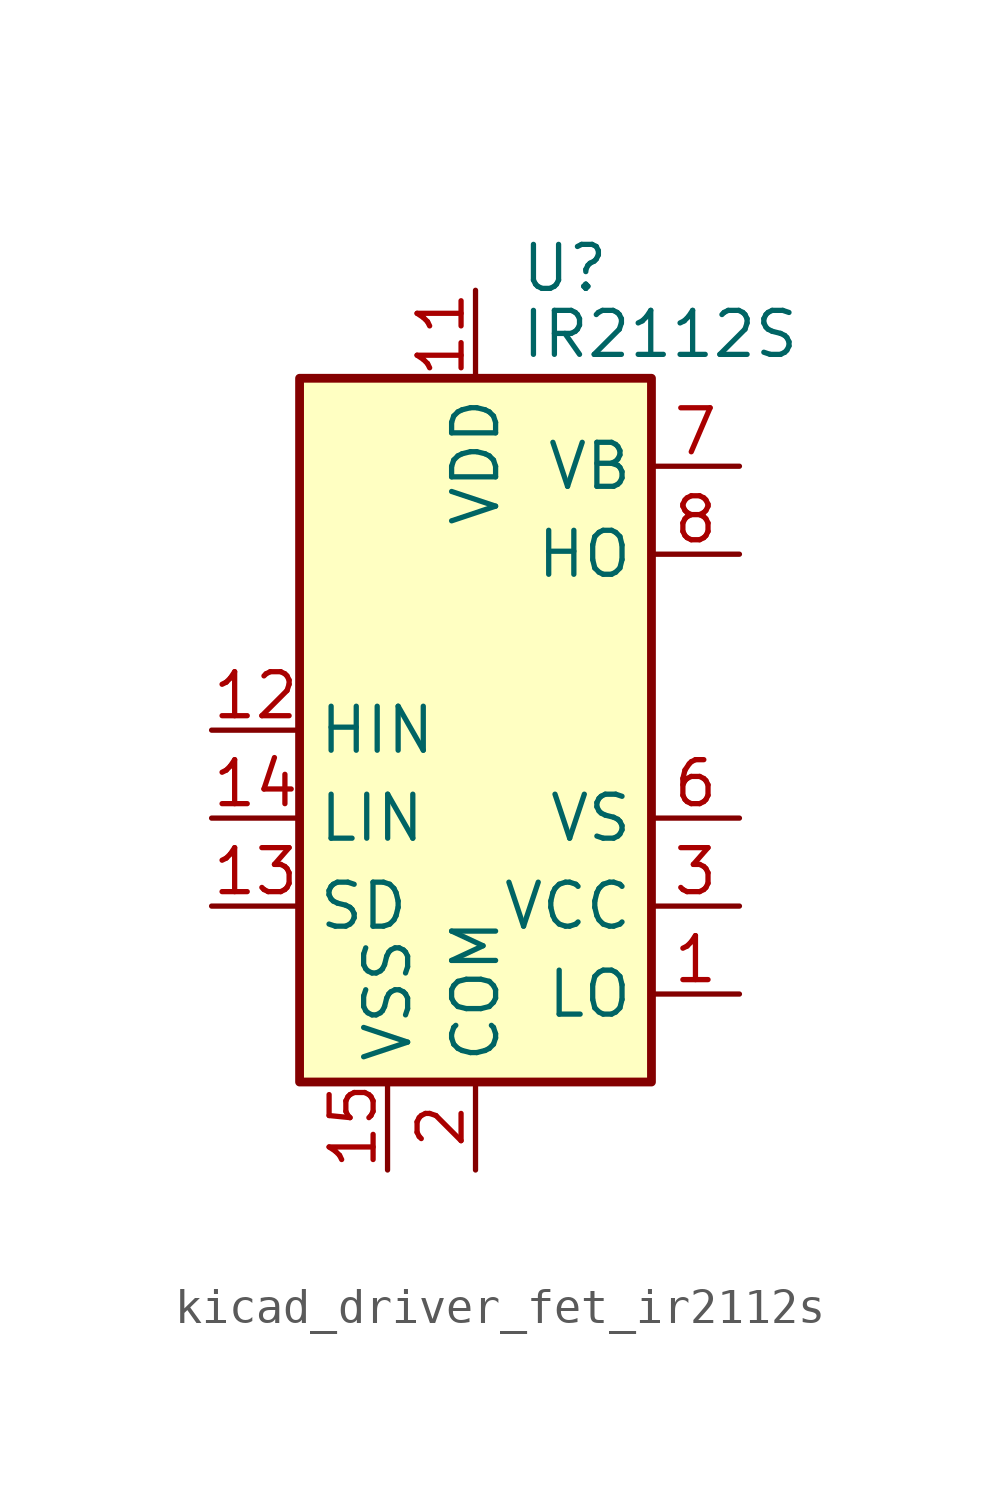
<source format=kicad_sym>
(kicad_symbol_lib
  (version 20220914)
  (generator kicad_symbol_editor)
  (symbol "kicad_driver_fet_ir2112s"
    (property "Reference" "U"
      (at 1.27 13.335 0)
      (effects (font (size 1.27 1.27)) (justify left)))
    (property "Value" "IR2112S"
      (at 1.27 11.43 0)
      (effects (font (size 1.27 1.27)) (justify left)))
    (symbol "kicad_driver_fet_ir2112s_0_1"
      (rectangle (start -5.08 -10.16) (end 5.08 10.16) (stroke (width 0.254) (type default)) (fill (type background))))
    (symbol "kicad_driver_fet_ir2112s_1_1"
      (pin output line (at 7.62 -7.62 180) (length 2.54) (name "LO" (effects (font (size 1.27 1.27)))) (number "1" (effects (font (size 1.27 1.27)))))
      (pin no_connect line (at 5.08 2.54 180) (length 2.54) hide (name "NC" (effects (font (size 1.27 1.27)))) (number "10" (effects (font (size 1.27 1.27)))))
      (pin power_in line (at 0 12.7 270) (length 2.54) (name "VDD" (effects (font (size 1.27 1.27)))) (number "11" (effects (font (size 1.27 1.27)))))
      (pin input line (at -7.62 0 0) (length 2.54) (name "HIN" (effects (font (size 1.27 1.27)))) (number "12" (effects (font (size 1.27 1.27)))))
      (pin input line (at -7.62 -5.08 0) (length 2.54) (name "SD" (effects (font (size 1.27 1.27)))) (number "13" (effects (font (size 1.27 1.27)))))
      (pin input line (at -7.62 -2.54 0) (length 2.54) (name "LIN" (effects (font (size 1.27 1.27)))) (number "14" (effects (font (size 1.27 1.27)))))
      (pin power_in line (at -2.54 -12.7 90) (length 2.54) (name "VSS" (effects (font (size 1.27 1.27)))) (number "15" (effects (font (size 1.27 1.27)))))
      (pin no_connect line (at 5.08 0 180) (length 2.54) hide (name "NC" (effects (font (size 1.27 1.27)))) (number "16" (effects (font (size 1.27 1.27)))))
      (pin power_in line (at 0 -12.7 90) (length 2.54) (name "COM" (effects (font (size 1.27 1.27)))) (number "2" (effects (font (size 1.27 1.27)))))
      (pin power_in line (at 7.62 -5.08 180) (length 2.54) (name "VCC" (effects (font (size 1.27 1.27)))) (number "3" (effects (font (size 1.27 1.27)))))
      (pin no_connect line (at -5.08 7.62 0) (length 2.54) hide (name "NC" (effects (font (size 1.27 1.27)))) (number "4" (effects (font (size 1.27 1.27)))))
      (pin no_connect line (at -5.08 5.08 0) (length 2.54) hide (name "NC" (effects (font (size 1.27 1.27)))) (number "5" (effects (font (size 1.27 1.27)))))
      (pin passive line (at 7.62 -2.54 180) (length 2.54) (name "VS" (effects (font (size 1.27 1.27)))) (number "6" (effects (font (size 1.27 1.27)))))
      (pin passive line (at 7.62 7.62 180) (length 2.54) (name "VB" (effects (font (size 1.27 1.27)))) (number "7" (effects (font (size 1.27 1.27)))))
      (pin output line (at 7.62 5.08 180) (length 2.54) (name "HO" (effects (font (size 1.27 1.27)))) (number "8" (effects (font (size 1.27 1.27)))))
      (pin no_connect line (at -5.08 2.54 0) (length 2.54) hide (name "NC" (effects (font (size 1.27 1.27)))) (number "9" (effects (font (size 1.27 1.27))))))))
</source>
